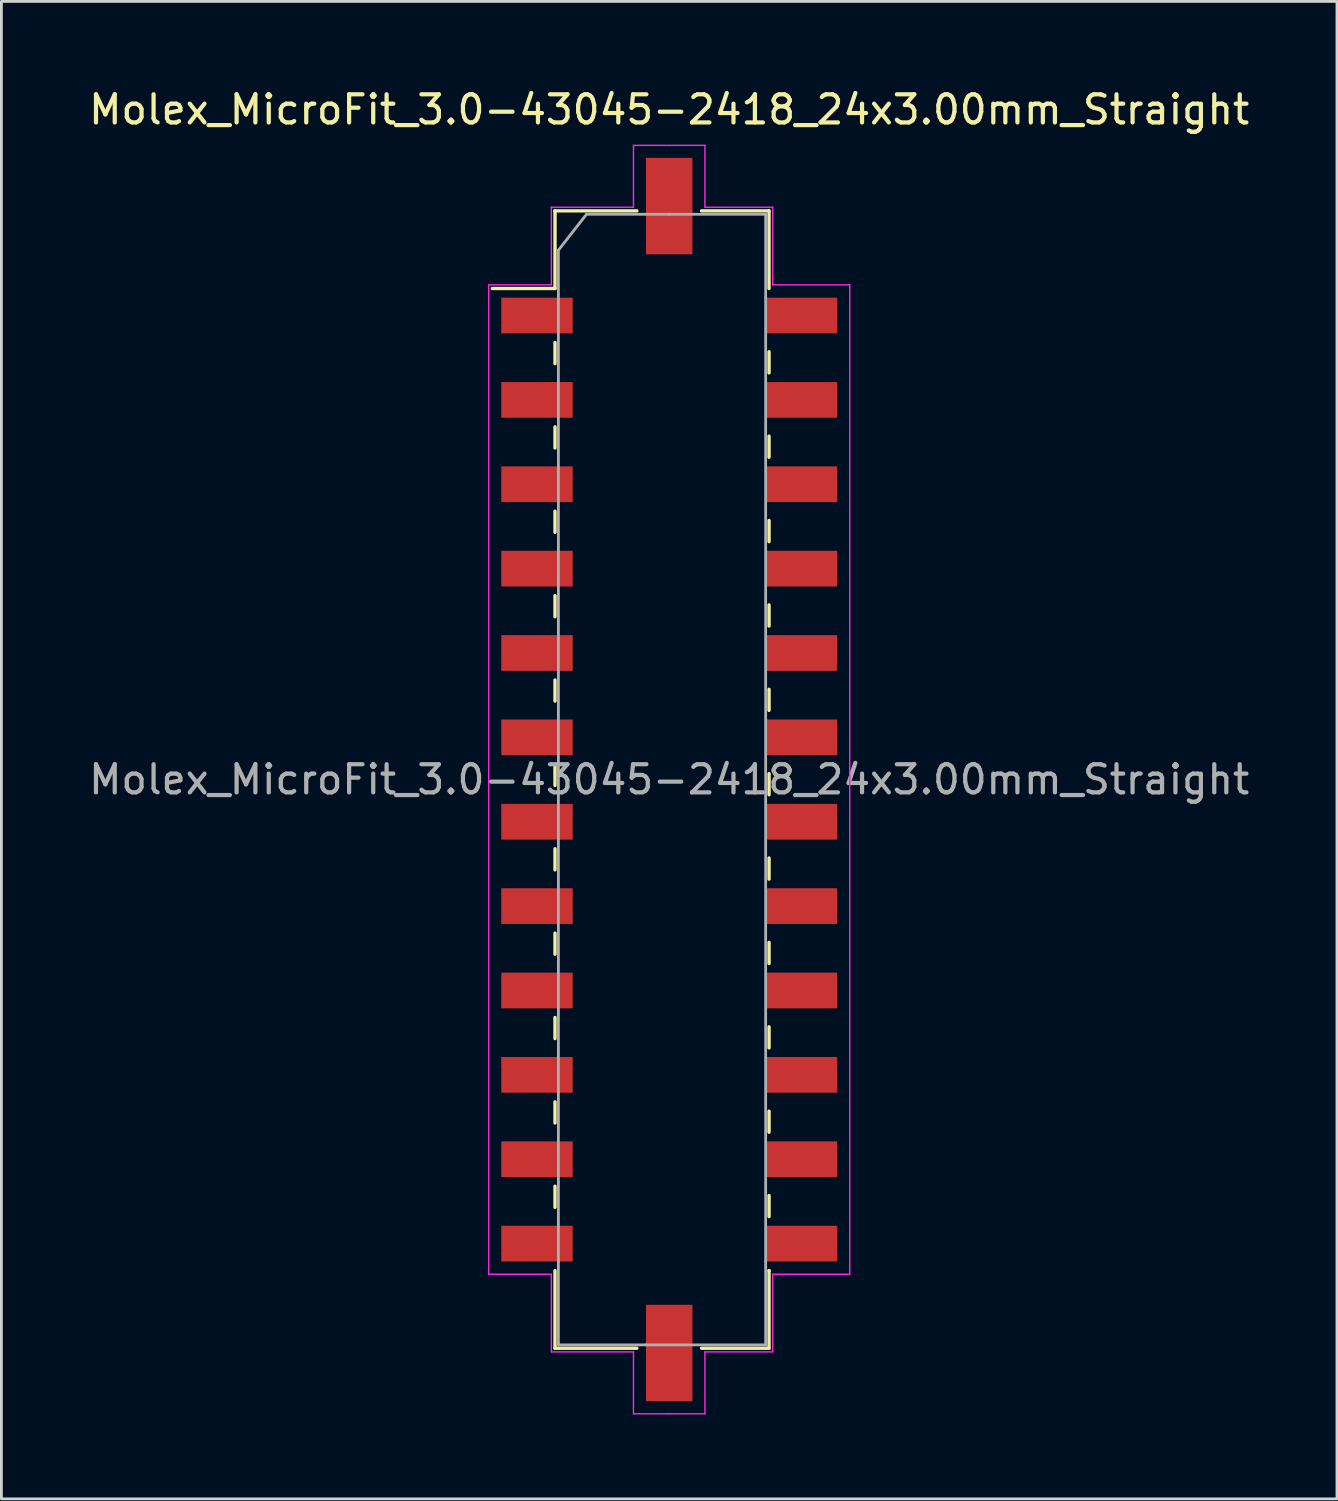
<source format=kicad_pcb>
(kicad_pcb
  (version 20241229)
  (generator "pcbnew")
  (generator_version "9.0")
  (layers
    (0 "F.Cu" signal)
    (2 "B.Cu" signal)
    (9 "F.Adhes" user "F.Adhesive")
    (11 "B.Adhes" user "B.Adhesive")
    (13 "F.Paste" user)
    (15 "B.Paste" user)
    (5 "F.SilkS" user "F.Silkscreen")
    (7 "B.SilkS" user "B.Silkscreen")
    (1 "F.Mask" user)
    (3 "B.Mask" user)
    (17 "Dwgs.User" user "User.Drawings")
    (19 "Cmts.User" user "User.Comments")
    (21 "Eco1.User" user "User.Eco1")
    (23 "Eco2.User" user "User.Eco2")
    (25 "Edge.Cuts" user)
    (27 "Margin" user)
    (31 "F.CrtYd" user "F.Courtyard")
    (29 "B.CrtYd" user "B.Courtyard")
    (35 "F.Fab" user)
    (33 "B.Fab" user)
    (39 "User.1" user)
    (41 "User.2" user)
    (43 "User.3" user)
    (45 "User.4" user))
  (footprint "Molex_MicroFit_3.0-43045-2418_24x3.00mm_Straight"
    (layer "F.Cu")
    (at 20.744 24.668)
    (property "Reference" "Molex_MicroFit_3.0-43045-2418_24x3.00mm_Straight" (at 0 -23.82 0) (layer "F.SilkS") (effects (font (size 1 1) (thickness 0.15))))
    (attr smd)
    (fp_line (start -6.29 -17.46) (end -4.06 -17.46) (stroke (width 0.12) (type solid)) (layer "F.SilkS"))
    (fp_line (start -4.06 -20.22) (end -4.06 -20.22) (stroke (width 0.12) (type solid)) (layer "F.SilkS"))
    (fp_line (start -4.06 -20.22) (end -1.15 -20.22) (stroke (width 0.12) (type solid)) (layer "F.SilkS"))
    (fp_line (start -4.06 -17.46) (end -4.06 -20.22) (stroke (width 0.12) (type solid)) (layer "F.SilkS"))
    (fp_line (start -4.06 -15.54) (end -4.06 -14.79) (stroke (width 0.12) (type solid)) (layer "F.SilkS"))
    (fp_line (start -4.06 -12.54) (end -4.06 -11.79) (stroke (width 0.12) (type solid)) (layer "F.SilkS"))
    (fp_line (start -4.06 -9.54) (end -4.06 -8.79) (stroke (width 0.12) (type solid)) (layer "F.SilkS"))
    (fp_line (start -4.06 -6.54) (end -4.06 -5.79) (stroke (width 0.12) (type solid)) (layer "F.SilkS"))
    (fp_line (start -4.06 -3.54) (end -4.06 -2.79) (stroke (width 0.12) (type solid)) (layer "F.SilkS"))
    (fp_line (start -4.06 -0.54) (end -4.06 0.21) (stroke (width 0.12) (type solid)) (layer "F.SilkS"))
    (fp_line (start -4.06 2.46) (end -4.06 3.21) (stroke (width 0.12) (type solid)) (layer "F.SilkS"))
    (fp_line (start -4.06 5.46) (end -4.06 6.21) (stroke (width 0.12) (type solid)) (layer "F.SilkS"))
    (fp_line (start -4.06 8.46) (end -4.06 9.21) (stroke (width 0.12) (type solid)) (layer "F.SilkS"))
    (fp_line (start -4.06 11.46) (end -4.06 12.21) (stroke (width 0.12) (type solid)) (layer "F.SilkS"))
    (fp_line (start -4.06 14.46) (end -4.06 15.21) (stroke (width 0.12) (type solid)) (layer "F.SilkS"))
    (fp_line (start -4.06 20.22) (end -4.06 17.46) (stroke (width 0.12) (type solid)) (layer "F.SilkS"))
    (fp_line (start -1.15 20.22) (end -4.06 20.22) (stroke (width 0.12) (type solid)) (layer "F.SilkS"))
    (fp_line (start 1.15 -20.22) (end 3.55 -20.22) (stroke (width 0.12) (type solid)) (layer "F.SilkS"))
    (fp_line (start 3.55 -20.22) (end 3.55 -17.46) (stroke (width 0.12) (type solid)) (layer "F.SilkS"))
    (fp_line (start 3.55 -14.46) (end 3.55 -15.21) (stroke (width 0.12) (type solid)) (layer "F.SilkS"))
    (fp_line (start 3.55 -11.46) (end 3.55 -12.21) (stroke (width 0.12) (type solid)) (layer "F.SilkS"))
    (fp_line (start 3.55 -8.46) (end 3.55 -9.21) (stroke (width 0.12) (type solid)) (layer "F.SilkS"))
    (fp_line (start 3.55 -5.46) (end 3.55 -6.21) (stroke (width 0.12) (type solid)) (layer "F.SilkS"))
    (fp_line (start 3.55 -2.46) (end 3.55 -3.21) (stroke (width 0.12) (type solid)) (layer "F.SilkS"))
    (fp_line (start 3.55 0.54) (end 3.55 -0.21) (stroke (width 0.12) (type solid)) (layer "F.SilkS"))
    (fp_line (start 3.55 3.54) (end 3.55 2.79) (stroke (width 0.12) (type solid)) (layer "F.SilkS"))
    (fp_line (start 3.55 6.54) (end 3.55 5.79) (stroke (width 0.12) (type solid)) (layer "F.SilkS"))
    (fp_line (start 3.55 9.54) (end 3.55 8.79) (stroke (width 0.12) (type solid)) (layer "F.SilkS"))
    (fp_line (start 3.55 12.54) (end 3.55 11.79) (stroke (width 0.12) (type solid)) (layer "F.SilkS"))
    (fp_line (start 3.55 15.54) (end 3.55 14.79) (stroke (width 0.12) (type solid)) (layer "F.SilkS"))
    (fp_line (start 3.55 17.46) (end 3.55 17.46) (stroke (width 0.12) (type solid)) (layer "F.SilkS"))
    (fp_line (start 3.55 17.46) (end 3.55 20.22) (stroke (width 0.12) (type solid)) (layer "F.SilkS"))
    (fp_line (start 3.55 20.22) (end 1.15 20.22) (stroke (width 0.12) (type solid)) (layer "F.SilkS"))
    (fp_line (start -6.42 -17.59) (end -4.19 -17.59) (stroke (width 0.05) (type solid)) (layer "F.CrtYd"))
    (fp_line (start -6.42 17.59) (end -6.42 -17.59) (stroke (width 0.05) (type solid)) (layer "F.CrtYd"))
    (fp_line (start -4.19 -20.35) (end -4.19 -20.35) (stroke (width 0.05) (type solid)) (layer "F.CrtYd"))
    (fp_line (start -4.19 -20.35) (end -1.27 -20.35) (stroke (width 0.05) (type solid)) (layer "F.CrtYd"))
    (fp_line (start -4.19 -17.59) (end -4.19 -20.35) (stroke (width 0.05) (type solid)) (layer "F.CrtYd"))
    (fp_line (start -4.19 17.59) (end -6.42 17.59) (stroke (width 0.05) (type solid)) (layer "F.CrtYd"))
    (fp_line (start -4.19 20.35) (end -4.19 17.59) (stroke (width 0.05) (type solid)) (layer "F.CrtYd"))
    (fp_line (start -1.27 -22.55) (end 0 -22.55) (stroke (width 0.05) (type solid)) (layer "F.CrtYd"))
    (fp_line (start -1.27 -20.35) (end -1.27 -22.55) (stroke (width 0.05) (type solid)) (layer "F.CrtYd"))
    (fp_line (start -1.27 20.35) (end -4.19 20.35) (stroke (width 0.05) (type solid)) (layer "F.CrtYd"))
    (fp_line (start -1.27 22.55) (end -1.27 20.35) (stroke (width 0.05) (type solid)) (layer "F.CrtYd"))
    (fp_line (start 0 -22.55) (end 1.27 -22.55) (stroke (width 0.05) (type solid)) (layer "F.CrtYd"))
    (fp_line (start 0 22.55) (end -1.27 22.55) (stroke (width 0.05) (type solid)) (layer "F.CrtYd"))
    (fp_line (start 1.27 -22.55) (end 1.27 -20.35) (stroke (width 0.05) (type solid)) (layer "F.CrtYd"))
    (fp_line (start 1.27 -20.35) (end 3.68 -20.35) (stroke (width 0.05) (type solid)) (layer "F.CrtYd"))
    (fp_line (start 1.27 20.35) (end 1.27 22.55) (stroke (width 0.05) (type solid)) (layer "F.CrtYd"))
    (fp_line (start 1.27 22.55) (end 0 22.55) (stroke (width 0.05) (type solid)) (layer "F.CrtYd"))
    (fp_line (start 3.68 -20.35) (end 3.68 -17.59) (stroke (width 0.05) (type solid)) (layer "F.CrtYd"))
    (fp_line (start 3.68 -17.59) (end 6.42 -17.59) (stroke (width 0.05) (type solid)) (layer "F.CrtYd"))
    (fp_line (start 3.68 17.59) (end 3.68 17.59) (stroke (width 0.05) (type solid)) (layer "F.CrtYd"))
    (fp_line (start 3.68 17.59) (end 3.68 20.35) (stroke (width 0.05) (type solid)) (layer "F.CrtYd"))
    (fp_line (start 3.68 20.35) (end 1.27 20.35) (stroke (width 0.05) (type solid)) (layer "F.CrtYd"))
    (fp_line (start 6.42 -17.59) (end 6.42 17.59) (stroke (width 0.05) (type solid)) (layer "F.CrtYd"))
    (fp_line (start 6.42 17.59) (end 3.68 17.59) (stroke (width 0.05) (type solid)) (layer "F.CrtYd"))
    (fp_line (start -3.94 -18.82) (end -2.94 -20.1) (stroke (width 0.1) (type solid)) (layer "F.Fab"))
    (fp_line (start -3.94 17.14) (end -3.94 -18.82) (stroke (width 0.1) (type solid)) (layer "F.Fab"))
    (fp_line (start -3.94 20.1) (end -3.94 17.14) (stroke (width 0.1) (type solid)) (layer "F.Fab"))
    (fp_line (start -2.94 -20.1) (end 0 -20.1) (stroke (width 0.1) (type solid)) (layer "F.Fab"))
    (fp_line (start -0.82 20.1) (end -3.94 20.1) (stroke (width 0.1) (type solid)) (layer "F.Fab"))
    (fp_line (start 0 -20.1) (end 3.43 -20.1) (stroke (width 0.1) (type solid)) (layer "F.Fab"))
    (fp_line (start 3.43 -20.1) (end 3.43 -17.14) (stroke (width 0.1) (type solid)) (layer "F.Fab"))
    (fp_line (start 3.43 -17.14) (end 3.43 17.14) (stroke (width 0.1) (type solid)) (layer "F.Fab"))
    (fp_line (start 3.43 17.14) (end 3.43 20.1) (stroke (width 0.1) (type solid)) (layer "F.Fab"))
    (fp_line (start 3.43 20.1) (end -0.82 20.1) (stroke (width 0.1) (type solid)) (layer "F.Fab"))
    (fp_text user "${REFERENCE}" (at 0 0 0) (layer "F.Fab") (effects (font (size 1 1) (thickness 0.15))))
    (pad "" smd rect (at 0 -20.39) (size 1.65 3.43) (layers "F.Cu" "F.Mask" "F.Paste"))
    (pad "" smd rect (at 0 20.39) (size 1.65 3.43) (layers "F.Cu" "F.Mask" "F.Paste"))
    (pad "1" smd rect (at -4.7 -16.5) (size 2.54 1.27) (layers "F.Cu" "F.Mask" "F.Paste"))
    (pad "2" smd rect (at -4.7 -13.5) (size 2.54 1.27) (layers "F.Cu" "F.Mask" "F.Paste"))
    (pad "3" smd rect (at -4.7 -10.5) (size 2.54 1.27) (layers "F.Cu" "F.Mask" "F.Paste"))
    (pad "4" smd rect (at -4.7 -7.5) (size 2.54 1.27) (layers "F.Cu" "F.Mask" "F.Paste"))
    (pad "5" smd rect (at -4.7 -4.5) (size 2.54 1.27) (layers "F.Cu" "F.Mask" "F.Paste"))
    (pad "6" smd rect (at -4.7 -1.5) (size 2.54 1.27) (layers "F.Cu" "F.Mask" "F.Paste"))
    (pad "7" smd rect (at -4.7 1.5) (size 2.54 1.27) (layers "F.Cu" "F.Mask" "F.Paste"))
    (pad "8" smd rect (at -4.7 4.5) (size 2.54 1.27) (layers "F.Cu" "F.Mask" "F.Paste"))
    (pad "9" smd rect (at -4.7 7.5) (size 2.54 1.27) (layers "F.Cu" "F.Mask" "F.Paste"))
    (pad "10" smd rect (at -4.7 10.5) (size 2.54 1.27) (layers "F.Cu" "F.Mask" "F.Paste"))
    (pad "11" smd rect (at -4.7 13.5) (size 2.54 1.27) (layers "F.Cu" "F.Mask" "F.Paste"))
    (pad "12" smd rect (at -4.7 16.5) (size 2.54 1.27) (layers "F.Cu" "F.Mask" "F.Paste"))
    (pad "13" smd rect (at 4.7 16.5) (size 2.54 1.27) (layers "F.Cu" "F.Mask" "F.Paste"))
    (pad "14" smd rect (at 4.7 13.5) (size 2.54 1.27) (layers "F.Cu" "F.Mask" "F.Paste"))
    (pad "15" smd rect (at 4.7 10.5) (size 2.54 1.27) (layers "F.Cu" "F.Mask" "F.Paste"))
    (pad "16" smd rect (at 4.7 7.5) (size 2.54 1.27) (layers "F.Cu" "F.Mask" "F.Paste"))
    (pad "17" smd rect (at 4.7 4.5) (size 2.54 1.27) (layers "F.Cu" "F.Mask" "F.Paste"))
    (pad "18" smd rect (at 4.7 1.5) (size 2.54 1.27) (layers "F.Cu" "F.Mask" "F.Paste"))
    (pad "19" smd rect (at 4.7 -1.5) (size 2.54 1.27) (layers "F.Cu" "F.Mask" "F.Paste"))
    (pad "20" smd rect (at 4.7 -4.5) (size 2.54 1.27) (layers "F.Cu" "F.Mask" "F.Paste"))
    (pad "21" smd rect (at 4.7 -7.5) (size 2.54 1.27) (layers "F.Cu" "F.Mask" "F.Paste"))
    (pad "22" smd rect (at 4.7 -10.5) (size 2.54 1.27) (layers "F.Cu" "F.Mask" "F.Paste"))
    (pad "23" smd rect (at 4.7 -13.5) (size 2.54 1.27) (layers "F.Cu" "F.Mask" "F.Paste"))
    (pad "24" smd rect (at 4.7 -16.5) (size 2.54 1.27) (layers "F.Cu" "F.Mask" "F.Paste")))
  (gr_rect
    (start -3 -3)
    (end 44.488 50.243)
    (stroke (width 0.1) (type default))
    (fill no)
    (layer "Edge.Cuts")))
</source>
